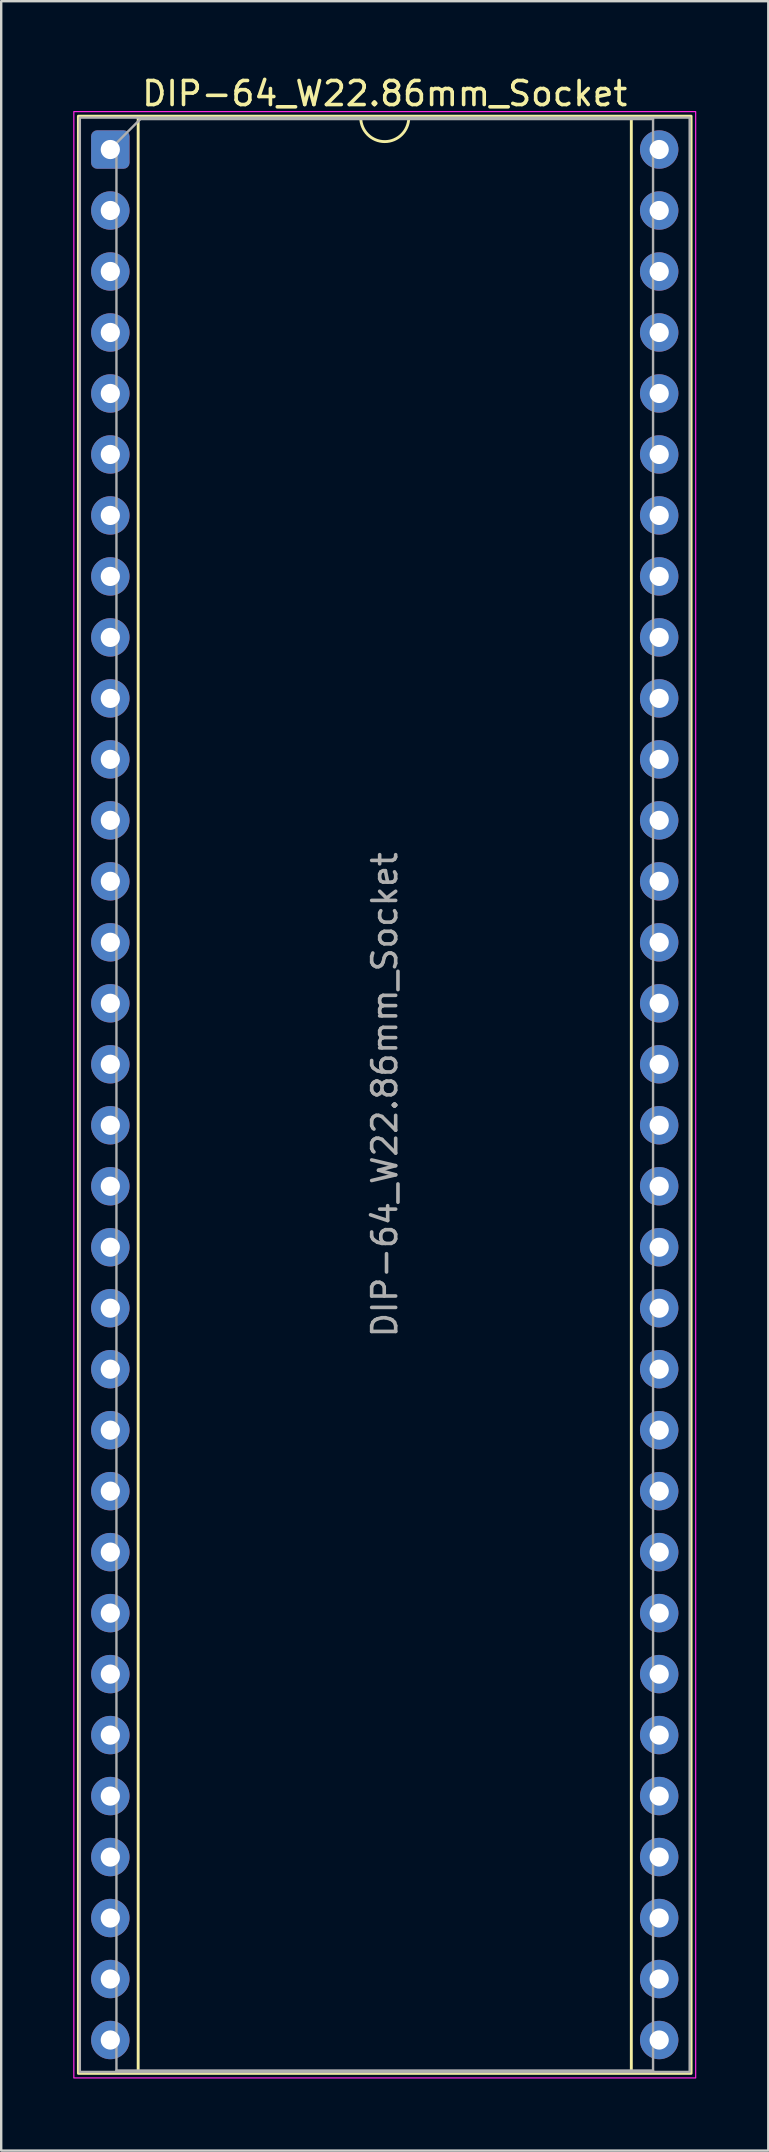
<source format=kicad_pcb>
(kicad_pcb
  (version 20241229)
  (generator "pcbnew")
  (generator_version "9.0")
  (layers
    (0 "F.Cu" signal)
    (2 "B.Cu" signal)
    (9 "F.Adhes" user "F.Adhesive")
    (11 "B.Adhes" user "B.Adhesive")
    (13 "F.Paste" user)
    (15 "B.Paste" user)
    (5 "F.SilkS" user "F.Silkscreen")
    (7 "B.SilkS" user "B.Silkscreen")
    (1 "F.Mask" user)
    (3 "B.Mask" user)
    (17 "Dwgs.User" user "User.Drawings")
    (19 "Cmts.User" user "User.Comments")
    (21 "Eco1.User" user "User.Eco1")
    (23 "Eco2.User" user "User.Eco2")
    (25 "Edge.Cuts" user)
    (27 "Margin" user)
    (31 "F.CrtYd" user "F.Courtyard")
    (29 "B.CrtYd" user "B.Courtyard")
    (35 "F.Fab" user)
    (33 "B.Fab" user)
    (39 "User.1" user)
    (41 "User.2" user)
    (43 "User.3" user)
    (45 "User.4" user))
  (footprint "DIP-64_W22.86mm_Socket"
    (layer "F.Cu")
    (at 1.545 3.178)
    (property "Reference" "DIP-64_W22.86mm_Socket" (at 11.43 -2.33 0) (layer "F.SilkS") (effects (font (size 1 1) (thickness 0.15))))
    (attr through_hole)
    (fp_line (start 1.16 -1.33) (end 1.16 80.07) (stroke (width 0.12) (type solid)) (layer "F.SilkS"))
    (fp_line (start 1.16 80.07) (end 21.7 80.07) (stroke (width 0.12) (type solid)) (layer "F.SilkS"))
    (fp_line (start 10.43 -1.33) (end 1.16 -1.33) (stroke (width 0.12) (type solid)) (layer "F.SilkS"))
    (fp_line (start 21.7 -1.33) (end 12.43 -1.33) (stroke (width 0.12) (type solid)) (layer "F.SilkS"))
    (fp_line (start 21.7 80.07) (end 21.7 -1.33) (stroke (width 0.12) (type solid)) (layer "F.SilkS"))
    (fp_rect (start -1.33 -1.39) (end 24.19 80.13) (stroke (width 0.12) (type solid)) (fill no) (layer "F.SilkS"))
    (fp_arc (start 12.43 -1.33) (mid 11.43 -0.33) (end 10.43 -1.33) (stroke (width 0.12) (type solid)) (layer "F.SilkS"))
    (fp_rect (start -1.52 -1.58) (end 24.38 80.32) (stroke (width 0.05) (type solid)) (fill no) (layer "F.CrtYd"))
    (fp_line (start 0.255 -0.27) (end 1.255 -1.27) (stroke (width 0.1) (type solid)) (layer "F.Fab"))
    (fp_line (start 0.255 80.01) (end 0.255 -0.27) (stroke (width 0.1) (type solid)) (layer "F.Fab"))
    (fp_line (start 1.255 -1.27) (end 22.605 -1.27) (stroke (width 0.1) (type solid)) (layer "F.Fab"))
    (fp_line (start 22.605 -1.27) (end 22.605 80.01) (stroke (width 0.1) (type solid)) (layer "F.Fab"))
    (fp_line (start 22.605 80.01) (end 0.255 80.01) (stroke (width 0.1) (type solid)) (layer "F.Fab"))
    (fp_rect (start -1.27 -1.33) (end 24.13 80.07) (stroke (width 0.1) (type solid)) (fill no) (layer "F.Fab"))
    (fp_text user "${REFERENCE}" (at 11.43 39.37 90) (layer "F.Fab") (effects (font (size 1 1) (thickness 0.15))))
    (pad "1" thru_hole roundrect (at 0 0) (size 1.6 1.6) (drill 0.8) (layers "*.Cu" "*.Mask") (roundrect_rratio 0.156))
    (pad "2" thru_hole circle (at 0 2.54) (size 1.6 1.6) (drill 0.8) (layers "*.Cu" "*.Mask"))
    (pad "3" thru_hole circle (at 0 5.08) (size 1.6 1.6) (drill 0.8) (layers "*.Cu" "*.Mask"))
    (pad "4" thru_hole circle (at 0 7.62) (size 1.6 1.6) (drill 0.8) (layers "*.Cu" "*.Mask"))
    (pad "5" thru_hole circle (at 0 10.16) (size 1.6 1.6) (drill 0.8) (layers "*.Cu" "*.Mask"))
    (pad "6" thru_hole circle (at 0 12.7) (size 1.6 1.6) (drill 0.8) (layers "*.Cu" "*.Mask"))
    (pad "7" thru_hole circle (at 0 15.24) (size 1.6 1.6) (drill 0.8) (layers "*.Cu" "*.Mask"))
    (pad "8" thru_hole circle (at 0 17.78) (size 1.6 1.6) (drill 0.8) (layers "*.Cu" "*.Mask"))
    (pad "9" thru_hole circle (at 0 20.32) (size 1.6 1.6) (drill 0.8) (layers "*.Cu" "*.Mask"))
    (pad "10" thru_hole circle (at 0 22.86) (size 1.6 1.6) (drill 0.8) (layers "*.Cu" "*.Mask"))
    (pad "11" thru_hole circle (at 0 25.4) (size 1.6 1.6) (drill 0.8) (layers "*.Cu" "*.Mask"))
    (pad "12" thru_hole circle (at 0 27.94) (size 1.6 1.6) (drill 0.8) (layers "*.Cu" "*.Mask"))
    (pad "13" thru_hole circle (at 0 30.48) (size 1.6 1.6) (drill 0.8) (layers "*.Cu" "*.Mask"))
    (pad "14" thru_hole circle (at 0 33.02) (size 1.6 1.6) (drill 0.8) (layers "*.Cu" "*.Mask"))
    (pad "15" thru_hole circle (at 0 35.56) (size 1.6 1.6) (drill 0.8) (layers "*.Cu" "*.Mask"))
    (pad "16" thru_hole circle (at 0 38.1) (size 1.6 1.6) (drill 0.8) (layers "*.Cu" "*.Mask"))
    (pad "17" thru_hole circle (at 0 40.64) (size 1.6 1.6) (drill 0.8) (layers "*.Cu" "*.Mask"))
    (pad "18" thru_hole circle (at 0 43.18) (size 1.6 1.6) (drill 0.8) (layers "*.Cu" "*.Mask"))
    (pad "19" thru_hole circle (at 0 45.72) (size 1.6 1.6) (drill 0.8) (layers "*.Cu" "*.Mask"))
    (pad "20" thru_hole circle (at 0 48.26) (size 1.6 1.6) (drill 0.8) (layers "*.Cu" "*.Mask"))
    (pad "21" thru_hole circle (at 0 50.8) (size 1.6 1.6) (drill 0.8) (layers "*.Cu" "*.Mask"))
    (pad "22" thru_hole circle (at 0 53.34) (size 1.6 1.6) (drill 0.8) (layers "*.Cu" "*.Mask"))
    (pad "23" thru_hole circle (at 0 55.88) (size 1.6 1.6) (drill 0.8) (layers "*.Cu" "*.Mask"))
    (pad "24" thru_hole circle (at 0 58.42) (size 1.6 1.6) (drill 0.8) (layers "*.Cu" "*.Mask"))
    (pad "25" thru_hole circle (at 0 60.96) (size 1.6 1.6) (drill 0.8) (layers "*.Cu" "*.Mask"))
    (pad "26" thru_hole circle (at 0 63.5) (size 1.6 1.6) (drill 0.8) (layers "*.Cu" "*.Mask"))
    (pad "27" thru_hole circle (at 0 66.04) (size 1.6 1.6) (drill 0.8) (layers "*.Cu" "*.Mask"))
    (pad "28" thru_hole circle (at 0 68.58) (size 1.6 1.6) (drill 0.8) (layers "*.Cu" "*.Mask"))
    (pad "29" thru_hole circle (at 0 71.12) (size 1.6 1.6) (drill 0.8) (layers "*.Cu" "*.Mask"))
    (pad "30" thru_hole circle (at 0 73.66) (size 1.6 1.6) (drill 0.8) (layers "*.Cu" "*.Mask"))
    (pad "31" thru_hole circle (at 0 76.2) (size 1.6 1.6) (drill 0.8) (layers "*.Cu" "*.Mask"))
    (pad "32" thru_hole circle (at 0 78.74) (size 1.6 1.6) (drill 0.8) (layers "*.Cu" "*.Mask"))
    (pad "33" thru_hole circle (at 22.86 78.74) (size 1.6 1.6) (drill 0.8) (layers "*.Cu" "*.Mask"))
    (pad "34" thru_hole circle (at 22.86 76.2) (size 1.6 1.6) (drill 0.8) (layers "*.Cu" "*.Mask"))
    (pad "35" thru_hole circle (at 22.86 73.66) (size 1.6 1.6) (drill 0.8) (layers "*.Cu" "*.Mask"))
    (pad "36" thru_hole circle (at 22.86 71.12) (size 1.6 1.6) (drill 0.8) (layers "*.Cu" "*.Mask"))
    (pad "37" thru_hole circle (at 22.86 68.58) (size 1.6 1.6) (drill 0.8) (layers "*.Cu" "*.Mask"))
    (pad "38" thru_hole circle (at 22.86 66.04) (size 1.6 1.6) (drill 0.8) (layers "*.Cu" "*.Mask"))
    (pad "39" thru_hole circle (at 22.86 63.5) (size 1.6 1.6) (drill 0.8) (layers "*.Cu" "*.Mask"))
    (pad "40" thru_hole circle (at 22.86 60.96) (size 1.6 1.6) (drill 0.8) (layers "*.Cu" "*.Mask"))
    (pad "41" thru_hole circle (at 22.86 58.42) (size 1.6 1.6) (drill 0.8) (layers "*.Cu" "*.Mask"))
    (pad "42" thru_hole circle (at 22.86 55.88) (size 1.6 1.6) (drill 0.8) (layers "*.Cu" "*.Mask"))
    (pad "43" thru_hole circle (at 22.86 53.34) (size 1.6 1.6) (drill 0.8) (layers "*.Cu" "*.Mask"))
    (pad "44" thru_hole circle (at 22.86 50.8) (size 1.6 1.6) (drill 0.8) (layers "*.Cu" "*.Mask"))
    (pad "45" thru_hole circle (at 22.86 48.26) (size 1.6 1.6) (drill 0.8) (layers "*.Cu" "*.Mask"))
    (pad "46" thru_hole circle (at 22.86 45.72) (size 1.6 1.6) (drill 0.8) (layers "*.Cu" "*.Mask"))
    (pad "47" thru_hole circle (at 22.86 43.18) (size 1.6 1.6) (drill 0.8) (layers "*.Cu" "*.Mask"))
    (pad "48" thru_hole circle (at 22.86 40.64) (size 1.6 1.6) (drill 0.8) (layers "*.Cu" "*.Mask"))
    (pad "49" thru_hole circle (at 22.86 38.1) (size 1.6 1.6) (drill 0.8) (layers "*.Cu" "*.Mask"))
    (pad "50" thru_hole circle (at 22.86 35.56) (size 1.6 1.6) (drill 0.8) (layers "*.Cu" "*.Mask"))
    (pad "51" thru_hole circle (at 22.86 33.02) (size 1.6 1.6) (drill 0.8) (layers "*.Cu" "*.Mask"))
    (pad "52" thru_hole circle (at 22.86 30.48) (size 1.6 1.6) (drill 0.8) (layers "*.Cu" "*.Mask"))
    (pad "53" thru_hole circle (at 22.86 27.94) (size 1.6 1.6) (drill 0.8) (layers "*.Cu" "*.Mask"))
    (pad "54" thru_hole circle (at 22.86 25.4) (size 1.6 1.6) (drill 0.8) (layers "*.Cu" "*.Mask"))
    (pad "55" thru_hole circle (at 22.86 22.86) (size 1.6 1.6) (drill 0.8) (layers "*.Cu" "*.Mask"))
    (pad "56" thru_hole circle (at 22.86 20.32) (size 1.6 1.6) (drill 0.8) (layers "*.Cu" "*.Mask"))
    (pad "57" thru_hole circle (at 22.86 17.78) (size 1.6 1.6) (drill 0.8) (layers "*.Cu" "*.Mask"))
    (pad "58" thru_hole circle (at 22.86 15.24) (size 1.6 1.6) (drill 0.8) (layers "*.Cu" "*.Mask"))
    (pad "59" thru_hole circle (at 22.86 12.7) (size 1.6 1.6) (drill 0.8) (layers "*.Cu" "*.Mask"))
    (pad "60" thru_hole circle (at 22.86 10.16) (size 1.6 1.6) (drill 0.8) (layers "*.Cu" "*.Mask"))
    (pad "61" thru_hole circle (at 22.86 7.62) (size 1.6 1.6) (drill 0.8) (layers "*.Cu" "*.Mask"))
    (pad "62" thru_hole circle (at 22.86 5.08) (size 1.6 1.6) (drill 0.8) (layers "*.Cu" "*.Mask"))
    (pad "63" thru_hole circle (at 22.86 2.54) (size 1.6 1.6) (drill 0.8) (layers "*.Cu" "*.Mask"))
    (pad "64" thru_hole circle (at 22.86 0) (size 1.6 1.6) (drill 0.8) (layers "*.Cu" "*.Mask")))
  (gr_rect
    (start -3 -3)
    (end 28.95 86.523)
    (stroke (width 0.1) (type default))
    (fill no)
    (layer "Edge.Cuts")))
</source>
